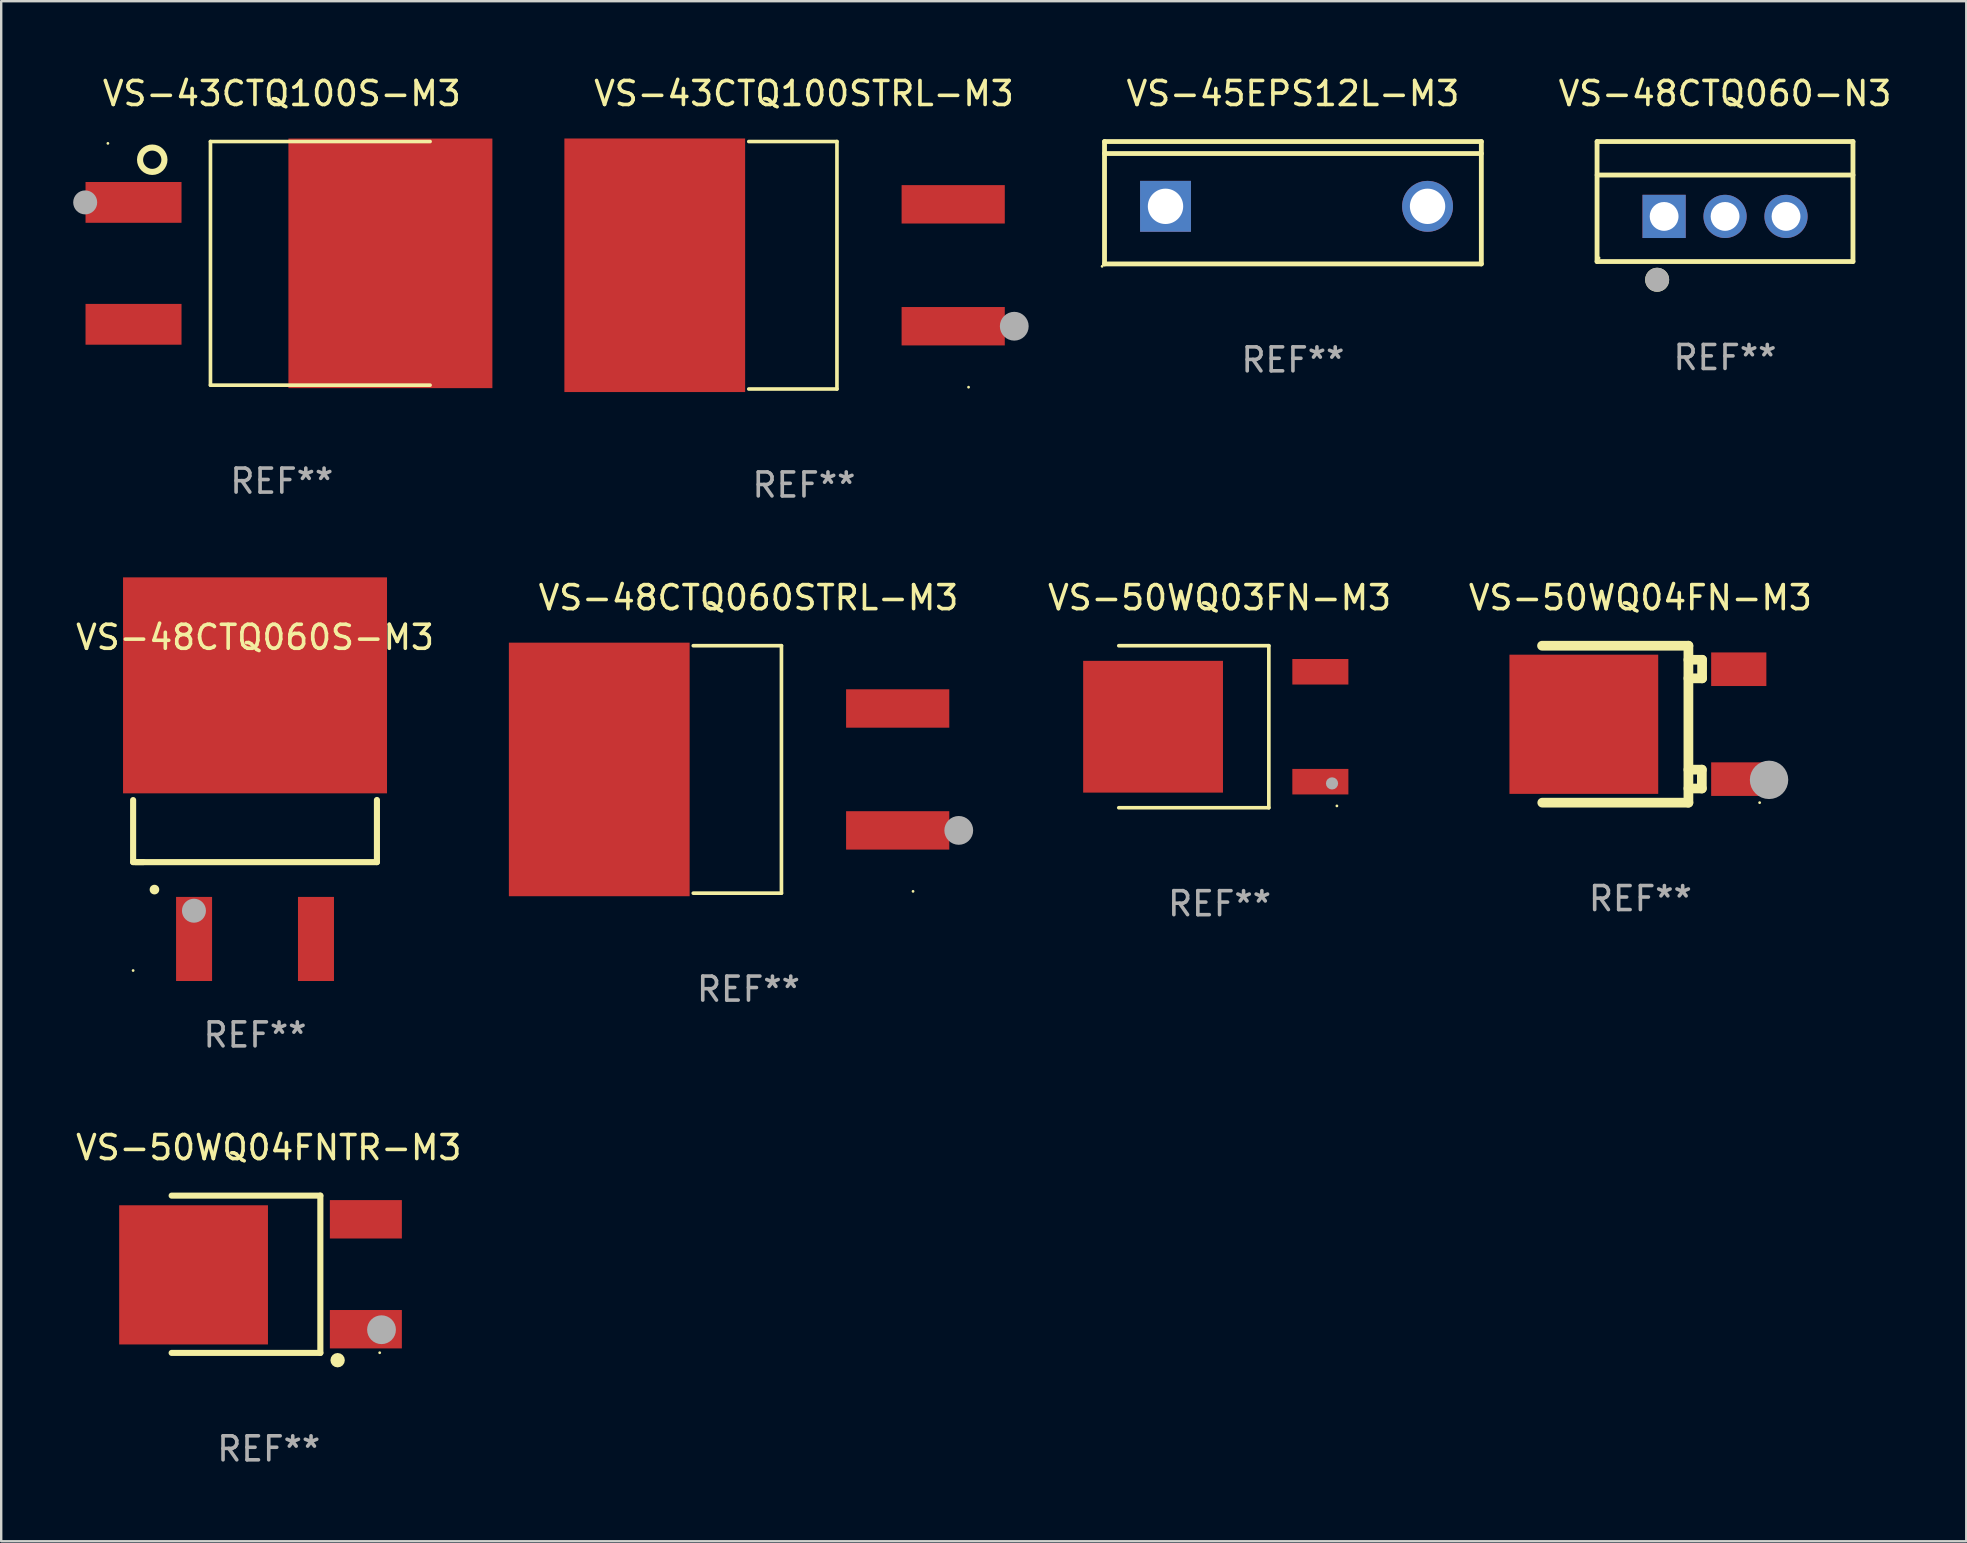
<source format=kicad_pcb>
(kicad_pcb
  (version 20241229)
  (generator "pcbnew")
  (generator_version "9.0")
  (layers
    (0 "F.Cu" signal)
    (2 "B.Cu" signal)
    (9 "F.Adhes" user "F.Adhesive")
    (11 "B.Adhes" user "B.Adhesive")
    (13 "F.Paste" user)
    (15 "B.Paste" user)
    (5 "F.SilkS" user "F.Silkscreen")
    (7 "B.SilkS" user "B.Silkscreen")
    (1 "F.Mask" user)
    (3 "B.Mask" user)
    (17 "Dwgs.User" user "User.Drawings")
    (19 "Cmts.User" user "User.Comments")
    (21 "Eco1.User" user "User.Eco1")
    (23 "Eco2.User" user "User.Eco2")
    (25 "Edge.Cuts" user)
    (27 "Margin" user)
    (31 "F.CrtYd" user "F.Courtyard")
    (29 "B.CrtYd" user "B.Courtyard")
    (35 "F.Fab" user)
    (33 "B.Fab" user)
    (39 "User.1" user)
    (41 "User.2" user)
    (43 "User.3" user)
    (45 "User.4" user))
  (footprint "VS-43CTQ100S-M3"
    (layer "F.Cu")
    (at 8.693 7.924)
    (property "Reference" "VS-43CTQ100S-M3" (at 0 -7.076 0) (layer "F.SilkS") (effects (font (size 1 1) (thickness 0.15))))
    (attr through_hole)
    (fp_line (start -2.973 -5.076) (end 6.179 -5.076) (stroke (width 0.152) (type solid)) (layer "F.SilkS"))
    (fp_line (start -2.973 5.076) (end -2.973 -5.076) (stroke (width 0.152) (type solid)) (layer "F.SilkS"))
    (fp_line (start 6.179 5.076) (end -2.973 5.076) (stroke (width 0.152) (type solid)) (layer "F.SilkS"))
    (fp_circle (center -7.247 -5) (end -7.217 -5) (stroke (width 0.06) (type solid)) (fill no) (layer "F.SilkS"))
    (fp_circle (center -5.399 -4.318) (end -4.891 -4.318) (stroke (width 0.254) (type solid)) (fill no) (layer "F.SilkS"))
    (fp_circle (center -8.193 -2.54) (end -7.943 -2.54) (stroke (width 0.5) (type solid)) (fill no) (layer "F.Fab"))
    (fp_text user "REF**" (at 0 9.076 0) (layer "F.Fab") (effects (font (size 1 1) (thickness 0.15))))
    (pad "1" smd rect (at -6.179 -2.54) (size 4 1.7) (layers "F.Cu" "F.Mask" "F.Paste"))
    (pad "2" smd rect (at 4.525 0) (size 8.5 10.4) (layers "F.Cu" "F.Mask" "F.Paste"))
    (pad "3" smd rect (at -6.179 2.54) (size 4 1.7) (layers "F.Cu" "F.Mask" "F.Paste")))
  (footprint "VS-48CTQ060S-M3"
    (layer "F.Cu")
    (at 7.577 30.793)
    (property "Reference" "VS-48CTQ060S-M3" (at 0 -7.284 0) (layer "F.SilkS") (effects (font (size 1 1) (thickness 0.15))))
    (attr through_hole)
    (fp_line (start -5.08 2.081) (end -5.08 -0.504) (stroke (width 0.254) (type solid)) (layer "F.SilkS"))
    (fp_line (start -5.08 2.081) (end -4.652 2.081) (stroke (width 0.254) (type solid)) (layer "F.SilkS"))
    (fp_line (start -5 2.082) (end 5.08 2.082) (stroke (width 0.254) (type solid)) (layer "F.SilkS"))
    (fp_line (start 5.08 2.082) (end 5.08 -0.508) (stroke (width 0.254) (type solid)) (layer "F.SilkS"))
    (fp_arc (start -4.191135 3.227838) (mid -4.191139 3.226568) (end -4.191135 3.225298) (stroke (width 0.4) (type solid)) (layer "F.SilkS"))
    (fp_circle (center -5.08 6.599) (end -5.05 6.599) (stroke (width 0.06) (type solid)) (fill no) (layer "F.SilkS"))
    (fp_circle (center -2.545 4.107) (end -2.295 4.107) (stroke (width 0.5) (type solid)) (fill no) (layer "F.Fab"))
    (fp_text user "REF**" (at 0 9.284 0) (layer "F.Fab") (effects (font (size 1 1) (thickness 0.15))))
    (pad "1" smd rect (at -2.54 5.284 180) (size 1.5 3.504) (layers "F.Cu" "F.Mask" "F.Paste"))
    (pad "2" smd rect (at -0.000127 -5.284 180) (size 11 9) (layers "F.Cu" "F.Mask" "F.Paste"))
    (pad "3" smd rect (at 2.54 5.284 180) (size 1.5 3.504) (layers "F.Cu" "F.Mask" "F.Paste")))
  (footprint "VS-45EPS12L-M3"
    (layer "F.Cu")
    (at 50.827 5.398)
    (property "Reference" "VS-45EPS12L-M3" (at 0 -4.55 0) (layer "F.SilkS") (effects (font (size 1 1) (thickness 0.15))))
    (attr through_hole)
    (fp_line (start -7.851 -2.55) (end 7.851 -2.55) (stroke (width 0.201) (type solid)) (layer "F.SilkS"))
    (fp_line (start -7.851 -2.05) (end 7.851 -2.05) (stroke (width 0.201) (type solid)) (layer "F.SilkS"))
    (fp_line (start -7.851 2.55) (end -7.851 -2.55) (stroke (width 0.201) (type solid)) (layer "F.SilkS"))
    (fp_line (start 7.851 -2.55) (end 7.851 2.55) (stroke (width 0.201) (type solid)) (layer "F.SilkS"))
    (fp_line (start 7.851 2.55) (end -7.851 2.55) (stroke (width 0.201) (type solid)) (layer "F.SilkS"))
    (fp_circle (center -7.951 2.65) (end -7.921 2.65) (stroke (width 0.06) (type solid)) (fill no) (layer "F.SilkS"))
    (fp_text user "REF**" (at 0 6.55 0) (layer "F.Fab") (effects (font (size 1 1) (thickness 0.15))))
    (pad "1" thru_hole rect (at -5.31 0.15) (size 2.121 2.121) (drill 1.473) (layers "*.Cu" "*.Mask"))
    (pad "3" thru_hole circle (at 5.61 0.15) (size 2.121 2.121) (drill 1.473) (layers "*.Cu" "*.Mask")))
  (footprint "VS-43CTQ100STRL-M3"
    (layer "F.Cu")
    (at 30.452 8.004)
    (property "Reference" "VS-43CTQ100STRL-M3" (at 0 -7.156 0) (layer "F.SilkS") (effects (font (size 1 1) (thickness 0.15))))
    (attr through_hole)
    (fp_line (start -2.3 -5.156) (end 1.374 -5.156) (stroke (width 0.152) (type solid)) (layer "F.SilkS"))
    (fp_line (start -2.3 5.156) (end 1.374 5.156) (stroke (width 0.152) (type solid)) (layer "F.SilkS"))
    (fp_line (start 1.374 5.156) (end 1.374 -5.156) (stroke (width 0.152) (type solid)) (layer "F.SilkS"))
    (fp_circle (center 6.858 5.08) (end 6.888 5.08) (stroke (width 0.06) (type solid)) (fill no) (layer "F.SilkS"))
    (fp_circle (center 8.763 2.54) (end 9.063 2.54) (stroke (width 0.6) (type solid)) (fill no) (layer "F.Fab"))
    (fp_text user "REF**" (at 0 9.156 0) (layer "F.Fab") (effects (font (size 1 1) (thickness 0.15))))
    (pad "1" smd rect (at 6.218 2.54 180) (size 4.3 1.6) (layers "F.Cu" "F.Mask" "F.Paste"))
    (pad "2" smd rect (at -6.218 0 180) (size 7.532 10.566) (layers "F.Cu" "F.Mask" "F.Paste"))
    (pad "3" smd rect (at 6.218 -2.54 180) (size 4.3 1.6) (layers "F.Cu" "F.Mask" "F.Paste")))
  (footprint "VS-50WQ04FNTR-M3"
    (layer "F.Cu")
    (at 8.149 50.049)
    (property "Reference" "VS-50WQ04FNTR-M3" (at 0 -5.277 0) (layer "F.SilkS") (effects (font (size 1 1) (thickness 0.15))))
    (attr through_hole)
    (fp_line (start -4.047 -3.277) (end 2.15 -3.277) (stroke (width 0.254) (type solid)) (layer "F.SilkS"))
    (fp_line (start 2.15 -3.277) (end 2.15 3.277) (stroke (width 0.254) (type solid)) (layer "F.SilkS"))
    (fp_line (start 2.15 3.277) (end -4.047 3.277) (stroke (width 0.254) (type solid)) (layer "F.SilkS"))
    (fp_circle (center 2.87 3.581) (end 3.02 3.581) (stroke (width 0.3) (type solid)) (fill no) (layer "F.SilkS"))
    (fp_circle (center 4.623 3.27) (end 4.653 3.27) (stroke (width 0.06) (type solid)) (fill no) (layer "F.SilkS"))
    (fp_circle (center 4.699 2.311) (end 4.999 2.311) (stroke (width 0.6) (type solid)) (fill no) (layer "F.Fab"))
    (fp_text user "REF**" (at 0 7.277 0) (layer "F.Fab") (effects (font (size 1 1) (thickness 0.15))))
    (pad "1" smd rect (at 4.047 2.29) (size 3 1.6) (layers "F.Cu" "F.Mask" "F.Paste"))
    (pad "3" smd rect (at 4.047 -2.29) (size 3 1.6) (layers "F.Cu" "F.Mask" "F.Paste"))
    (pad "4" smd rect (at -3.133 0.025) (size 6.2 5.8) (layers "F.Cu" "F.Mask" "F.Paste")))
  (footprint "VS-48CTQ060-N3"
    (layer "F.Cu")
    (at 68.832 5.348)
    (property "Reference" "VS-48CTQ060-N3" (at 0 -4.5 0) (layer "F.SilkS") (effects (font (size 1 1) (thickness 0.15))))
    (attr through_hole)
    (fp_line (start -5.332 2.5) (end -5.332 -2.5) (stroke (width 0.201) (type solid)) (layer "F.SilkS"))
    (fp_line (start -5.328 -2.5) (end 5.332 -2.5) (stroke (width 0.201) (type solid)) (layer "F.SilkS"))
    (fp_line (start -5.328 -1.104) (end 5.332 -1.104) (stroke (width 0.201) (type solid)) (layer "F.SilkS"))
    (fp_line (start 5.332 -2.5) (end 5.332 2.5) (stroke (width 0.201) (type solid)) (layer "F.SilkS"))
    (fp_line (start 5.332 2.5) (end -5.332 2.5) (stroke (width 0.201) (type solid)) (layer "F.SilkS"))
    (fp_circle (center -5.248 2.35) (end -5.218 2.35) (stroke (width 0.06) (type solid)) (fill no) (layer "F.SilkS"))
    (fp_circle (center -2.828 3.26) (end -2.578 3.26) (stroke (width 0.5) (type solid)) (fill no) (layer "F.SilkS"))
    (fp_circle (center -2.828 3.26) (end -2.578 3.26) (stroke (width 0.5) (type solid)) (fill no) (layer "F.Fab"))
    (fp_text user "REF**" (at 0 6.5 0) (layer "F.Fab") (effects (font (size 1 1) (thickness 0.15))))
    (pad "1" thru_hole rect (at -2.538 0.62) (size 1.8 1.8) (drill 1.2) (layers "*.Cu" "*.Mask"))
    (pad "2" thru_hole circle (at 0.002 0.62) (size 1.8 1.8) (drill 1.2) (layers "*.Cu" "*.Mask"))
    (pad "3" thru_hole circle (at 2.542 0.62) (size 1.8 1.8) (drill 1.2) (layers "*.Cu" "*.Mask")))
  (footprint "VS-50WQ04FN-M3"
    (layer "F.Cu")
    (at 65.306 27.127)
    (property "Reference" "VS-50WQ04FN-M3" (at 0 -5.27 0) (layer "F.SilkS") (effects (font (size 1 1) (thickness 0.15))))
    (attr through_hole)
    (fp_line (start -4.099 -3.27) (end 2.001 -3.27) (stroke (width 0.405) (type solid)) (layer "F.SilkS"))
    (fp_line (start 2.001 -3.27) (end 2.001 3.27) (stroke (width 0.405) (type solid)) (layer "F.SilkS"))
    (fp_line (start 2.001 -2.684) (end 2.571 -2.684) (stroke (width 0.405) (type solid)) (layer "F.SilkS"))
    (fp_line (start 2.001 1.895) (end 2.561 1.895) (stroke (width 0.405) (type solid)) (layer "F.SilkS"))
    (fp_line (start 2.001 3.27) (end -4.089 3.27) (stroke (width 0.405) (type solid)) (layer "F.SilkS"))
    (fp_line (start 2.561 1.895) (end 2.561 2.68) (stroke (width 0.405) (type solid)) (layer "F.SilkS"))
    (fp_line (start 2.561 2.68) (end 2.001 2.68) (stroke (width 0.405) (type solid)) (layer "F.SilkS"))
    (fp_line (start 2.571 -2.684) (end 2.571 -1.91) (stroke (width 0.405) (type solid)) (layer "F.SilkS"))
    (fp_line (start 2.571 -1.91) (end 2.001 -1.91) (stroke (width 0.405) (type solid)) (layer "F.SilkS"))
    (fp_circle (center 4.969 3.27) (end 4.999 3.27) (stroke (width 0.06) (type solid)) (fill no) (layer "F.SilkS"))
    (fp_circle (center 5.361 2.32) (end 5.761 2.32) (stroke (width 0.8) (type solid)) (fill no) (layer "F.Fab"))
    (fp_text user "REF**" (at 0 7.27 0) (layer "F.Fab") (effects (font (size 1 1) (thickness 0.15))))
    (pad "1" smd rect (at 4.099 2.29) (size 2.3 1.4) (layers "F.Cu" "F.Mask" "F.Paste"))
    (pad "2" smd rect (at -2.357 0.004) (size 6.2 5.8) (layers "F.Cu" "F.Mask" "F.Paste"))
    (pad "3" smd rect (at 4.099 -2.29) (size 2.3 1.4) (layers "F.Cu" "F.Mask" "F.Paste")))
  (footprint "VS-50WQ03FN-M3"
    (layer "F.Cu")
    (at 47.77 27.233)
    (property "Reference" "VS-50WQ03FN-M3" (at 0 -5.376 0) (layer "F.SilkS") (effects (font (size 1 1) (thickness 0.15))))
    (attr through_hole)
    (fp_line (start -4.2 -3.376) (end 2.053 -3.376) (stroke (width 0.152) (type solid)) (layer "F.SilkS"))
    (fp_line (start -4.2 3.376) (end 2.053 3.376) (stroke (width 0.152) (type solid)) (layer "F.SilkS"))
    (fp_line (start 2.053 3.376) (end 2.053 -3.376) (stroke (width 0.152) (type solid)) (layer "F.SilkS"))
    (fp_circle (center 4.889 3.3) (end 4.919 3.3) (stroke (width 0.06) (type solid)) (fill no) (layer "F.SilkS"))
    (fp_circle (center 4.686 2.362) (end 4.813 2.362) (stroke (width 0.254) (type solid)) (fill no) (layer "F.Fab"))
    (fp_text user "REF**" (at 0 7.376 0) (layer "F.Fab") (effects (font (size 1 1) (thickness 0.15))))
    (pad "1" smd rect (at 4.2 2.29) (size 2.336 1.064) (layers "F.Cu" "F.Mask" "F.Paste"))
    (pad "3" smd rect (at 4.2 -2.29) (size 2.336 1.064) (layers "F.Cu" "F.Mask" "F.Paste"))
    (pad "4" smd rect (at -2.771 0) (size 5.826 5.491) (layers "F.Cu" "F.Mask" "F.Paste")))
  (footprint "VS-48CTQ060STRL-M3"
    (layer "F.Cu")
    (at 28.139 29.013)
    (property "Reference" "VS-48CTQ060STRL-M3" (at 0 -7.156 0) (layer "F.SilkS") (effects (font (size 1 1) (thickness 0.15))))
    (attr through_hole)
    (fp_line (start -2.3 -5.156) (end 1.374 -5.156) (stroke (width 0.152) (type solid)) (layer "F.SilkS"))
    (fp_line (start -2.3 5.156) (end 1.374 5.156) (stroke (width 0.152) (type solid)) (layer "F.SilkS"))
    (fp_line (start 1.374 5.156) (end 1.374 -5.156) (stroke (width 0.152) (type solid)) (layer "F.SilkS"))
    (fp_circle (center 6.858 5.08) (end 6.888 5.08) (stroke (width 0.06) (type solid)) (fill no) (layer "F.SilkS"))
    (fp_circle (center 8.763 2.54) (end 9.063 2.54) (stroke (width 0.6) (type solid)) (fill no) (layer "F.Fab"))
    (fp_text user "REF**" (at 0 9.156 0) (layer "F.Fab") (effects (font (size 1 1) (thickness 0.15))))
    (pad "1" smd rect (at 6.218 2.54 180) (size 4.3 1.6) (layers "F.Cu" "F.Mask" "F.Paste"))
    (pad "2" smd rect (at -6.218 0 180) (size 7.532 10.566) (layers "F.Cu" "F.Mask" "F.Paste"))
    (pad "3" smd rect (at 6.218 -2.54 180) (size 4.3 1.6) (layers "F.Cu" "F.Mask" "F.Paste")))
  (gr_rect
    (start -3 -3)
    (end 78.885 61.174)
    (stroke (width 0.1) (type default))
    (fill no)
    (layer "Edge.Cuts")))
</source>
